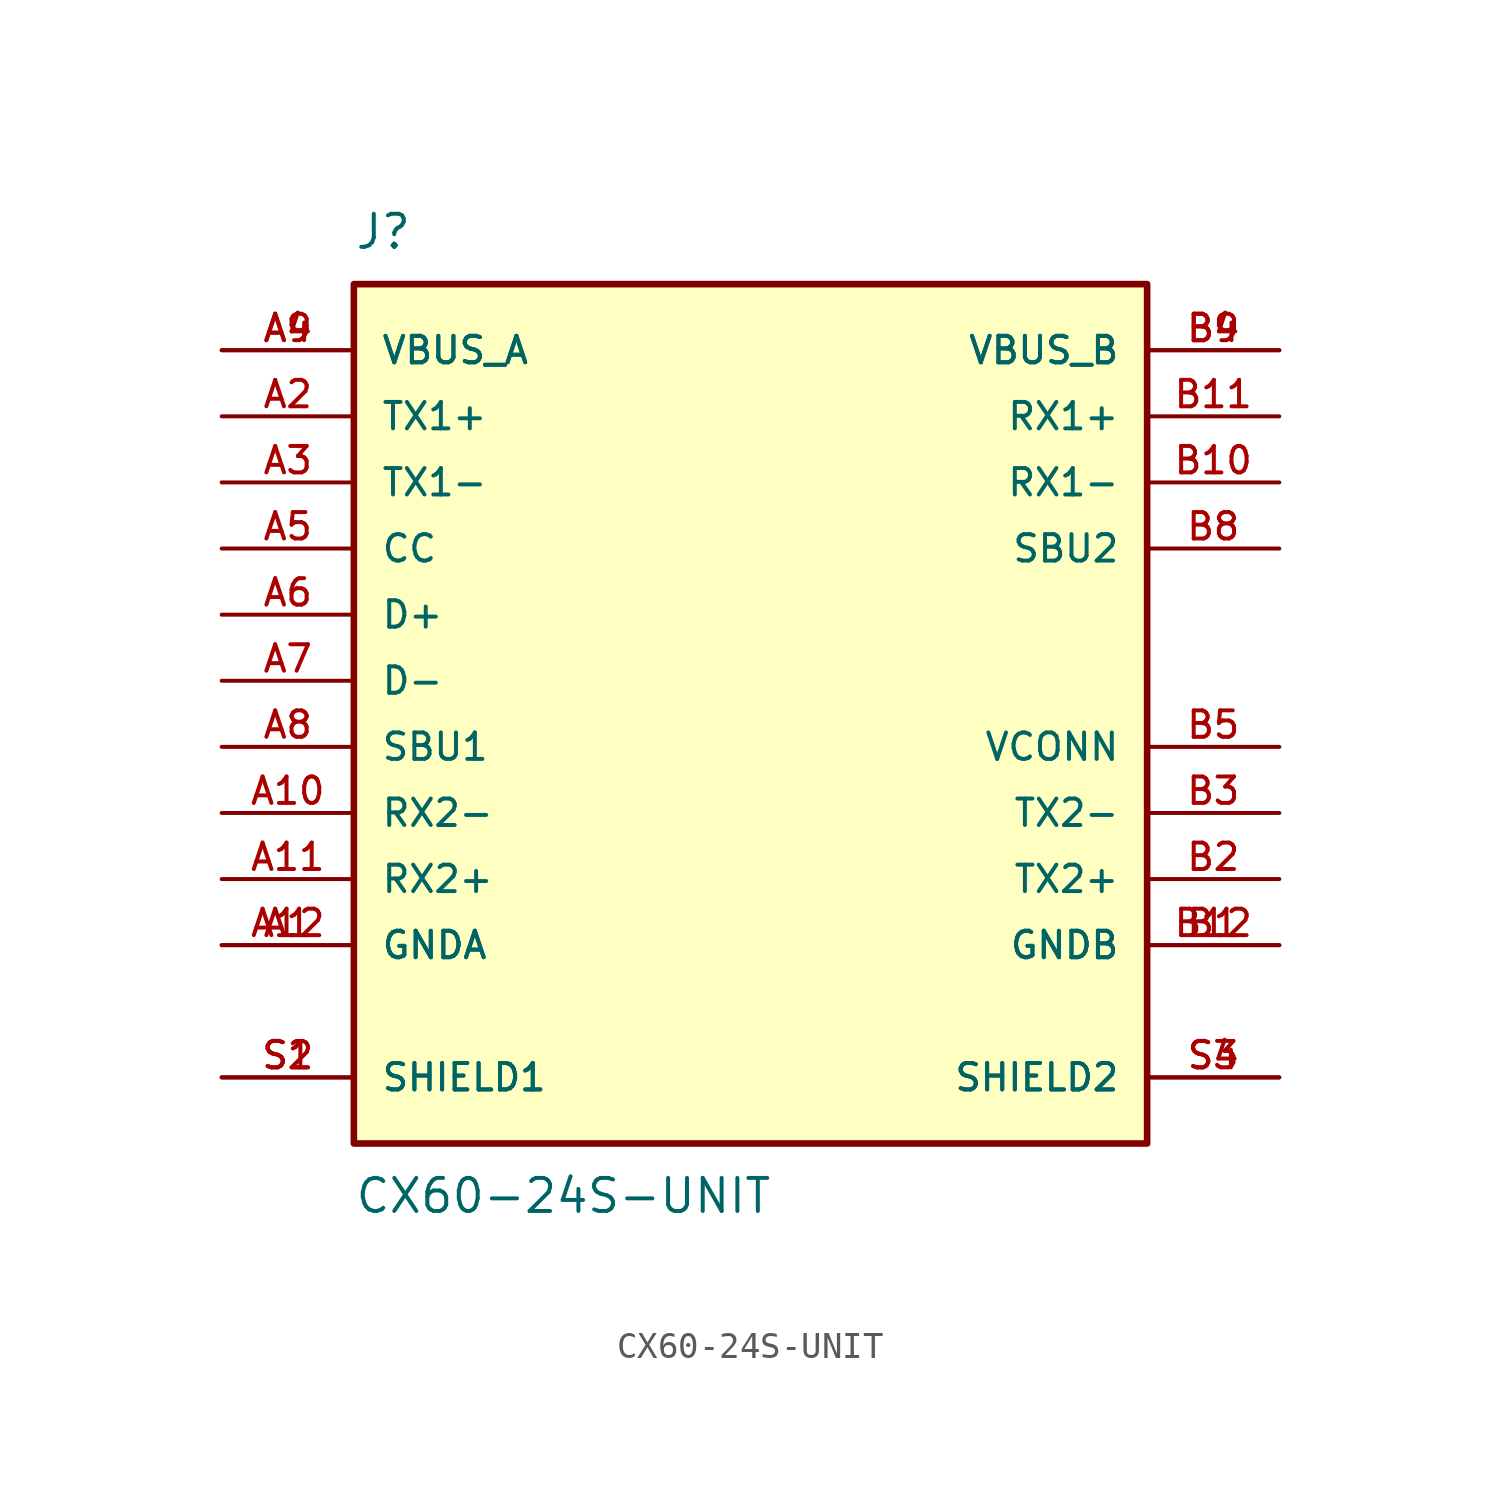
<source format=kicad_sym>
(kicad_symbol_lib
  (version 20211014)
  (generator kicad_symbol_editor)
  (symbol "CX60-24S-UNIT"
    (pin_names
      (offset 1.016))
    (property "Reference" "J"
      (at -15.24 16.51 0)
      (effects (font (size 1.27 1.27)) (justify bottom left)))
    (property "Value" "CX60-24S-UNIT"
      (at -15.24 -19.05 0.0)
      (effects (font (size 1.27 1.27)) (justify top left)))
    (symbol "CX60-24S-UNIT_0_0"
      (rectangle (start -15.24 -17.78) (end 15.24 15.24) (stroke (width 0.254)) (fill (type background)))
      (pin bidirectional line (at -20.32 10.16 0) (length 5.08) (name "TX1+" (effects (font (size 1.016 1.016)))) (number "A2" (effects (font (size 1.016 1.016)))))
      (pin bidirectional line (at -20.32 7.62 0) (length 5.08) (name "TX1-" (effects (font (size 1.016 1.016)))) (number "A3" (effects (font (size 1.016 1.016)))))
      (pin power_in line (at -20.32 12.7 0) (length 5.08) (name "VBUS_A" (effects (font (size 1.016 1.016)))) (number "A4" (effects (font (size 1.016 1.016)))))
      (pin power_in line (at -20.32 12.7 0) (length 5.08) (name "VBUS_A" (effects (font (size 1.016 1.016)))) (number "A9" (effects (font (size 1.016 1.016)))))
      (pin bidirectional line (at -20.32 5.08 0) (length 5.08) (name "CC" (effects (font (size 1.016 1.016)))) (number "A5" (effects (font (size 1.016 1.016)))))
      (pin bidirectional line (at -20.32 2.54 0) (length 5.08) (name "D+" (effects (font (size 1.016 1.016)))) (number "A6" (effects (font (size 1.016 1.016)))))
      (pin bidirectional line (at -20.32 0.0 0) (length 5.08) (name "D-" (effects (font (size 1.016 1.016)))) (number "A7" (effects (font (size 1.016 1.016)))))
      (pin bidirectional line (at -20.32 -2.54 0) (length 5.08) (name "SBU1" (effects (font (size 1.016 1.016)))) (number "A8" (effects (font (size 1.016 1.016)))))
      (pin bidirectional line (at -20.32 -5.08 0) (length 5.08) (name "RX2-" (effects (font (size 1.016 1.016)))) (number "A10" (effects (font (size 1.016 1.016)))))
      (pin bidirectional line (at -20.32 -7.62 0) (length 5.08) (name "RX2+" (effects (font (size 1.016 1.016)))) (number "A11" (effects (font (size 1.016 1.016)))))
      (pin power_in line (at -20.32 -10.16 0) (length 5.08) (name "GNDA" (effects (font (size 1.016 1.016)))) (number "A1" (effects (font (size 1.016 1.016)))))
      (pin power_in line (at -20.32 -10.16 0) (length 5.08) (name "GNDA" (effects (font (size 1.016 1.016)))) (number "A12" (effects (font (size 1.016 1.016)))))
      (pin bidirectional line (at 20.32 10.16 180.0) (length 5.08) (name "RX1+" (effects (font (size 1.016 1.016)))) (number "B11" (effects (font (size 1.016 1.016)))))
      (pin bidirectional line (at 20.32 7.62 180.0) (length 5.08) (name "RX1-" (effects (font (size 1.016 1.016)))) (number "B10" (effects (font (size 1.016 1.016)))))
      (pin power_in line (at 20.32 12.7 180.0) (length 5.08) (name "VBUS_B" (effects (font (size 1.016 1.016)))) (number "B4" (effects (font (size 1.016 1.016)))))
      (pin power_in line (at 20.32 12.7 180.0) (length 5.08) (name "VBUS_B" (effects (font (size 1.016 1.016)))) (number "B9" (effects (font (size 1.016 1.016)))))
      (pin bidirectional line (at 20.32 5.08 180.0) (length 5.08) (name "SBU2" (effects (font (size 1.016 1.016)))) (number "B8" (effects (font (size 1.016 1.016)))))
      (pin bidirectional line (at 20.32 -2.54 180.0) (length 5.08) (name "VCONN" (effects (font (size 1.016 1.016)))) (number "B5" (effects (font (size 1.016 1.016)))))
      (pin bidirectional line (at 20.32 -5.08 180.0) (length 5.08) (name "TX2-" (effects (font (size 1.016 1.016)))) (number "B3" (effects (font (size 1.016 1.016)))))
      (pin bidirectional line (at 20.32 -7.62 180.0) (length 5.08) (name "TX2+" (effects (font (size 1.016 1.016)))) (number "B2" (effects (font (size 1.016 1.016)))))
      (pin power_in line (at 20.32 -10.16 180.0) (length 5.08) (name "GNDB" (effects (font (size 1.016 1.016)))) (number "B1" (effects (font (size 1.016 1.016)))))
      (pin power_in line (at 20.32 -10.16 180.0) (length 5.08) (name "GNDB" (effects (font (size 1.016 1.016)))) (number "B12" (effects (font (size 1.016 1.016)))))
      (pin passive line (at -20.32 -15.24 0) (length 5.08) (name "SHIELD1" (effects (font (size 1.016 1.016)))) (number "S1" (effects (font (size 1.016 1.016)))))
      (pin passive line (at -20.32 -15.24 0) (length 5.08) (name "SHIELD1" (effects (font (size 1.016 1.016)))) (number "S2" (effects (font (size 1.016 1.016)))))
      (pin passive line (at 20.32 -15.24 180.0) (length 5.08) (name "SHIELD2" (effects (font (size 1.016 1.016)))) (number "S3" (effects (font (size 1.016 1.016)))))
      (pin passive line (at 20.32 -15.24 180.0) (length 5.08) (name "SHIELD2" (effects (font (size 1.016 1.016)))) (number "S4" (effects (font (size 1.016 1.016))))))))
</source>
